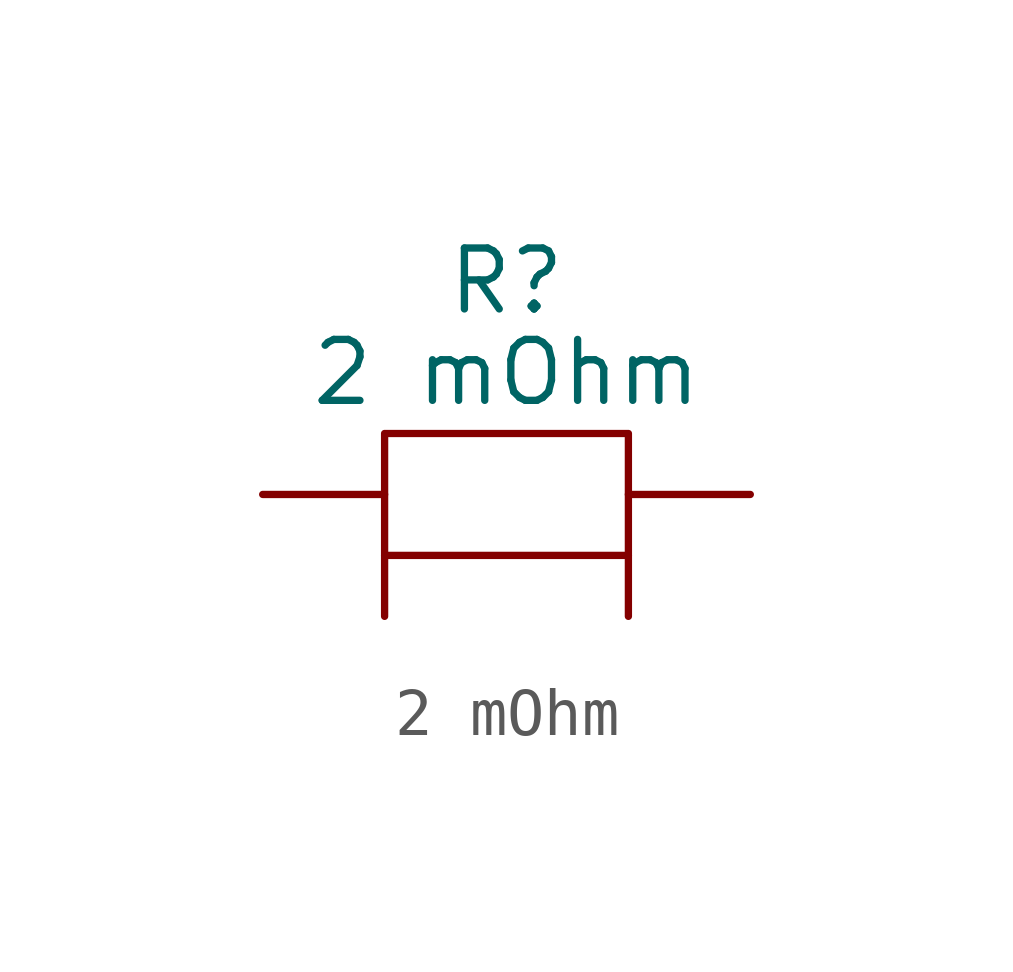
<source format=kicad_sym>
(kicad_symbol_lib
  (version 20241209)
  (generator "kicad_symbol_editor")
  (generator_version "9.0")
  (symbol "2 mOhm"
    (pin_numbers
      (hide yes))
    (pin_names
      (hide yes))
    (property "Reference" "R"
      (at 0 4.445 0)
      (effects (font (size 1.27 1.27))))
    (property "Value" "2 mOhm"
      (at 0 2.54 0)
      (effects (font (size 1.27 1.27))))
    (symbol "2 mOhm_0_1"
      (rectangle (start -2.54 1.27) (end 2.54 -1.27) (stroke (width 0) (type default)) (fill (type none))))
    (symbol "2 mOhm_1_1"
      (pin passive line (at -5.08 0 0) (length 2.54) (name "1" (effects (font (size 1.27 1.27)))) (number "1" (effects (font (size 1.27 1.27)))))
      (pin passive line (at -2.54 -2.54 90) (length 1.27) (name "1" (effects (font (size 1.27 1.27)))) (number "1" (effects (font (size 1.27 1.27)))))
      (pin passive line (at 2.54 -2.54 90) (length 1.27) (name "2" (effects (font (size 1.27 1.27)))) (number "2" (effects (font (size 1.27 1.27)))))
      (pin passive line (at 5.08 0 180) (length 2.54) (name "2" (effects (font (size 1.27 1.27)))) (number "2" (effects (font (size 1.27 1.27))))))))
</source>
